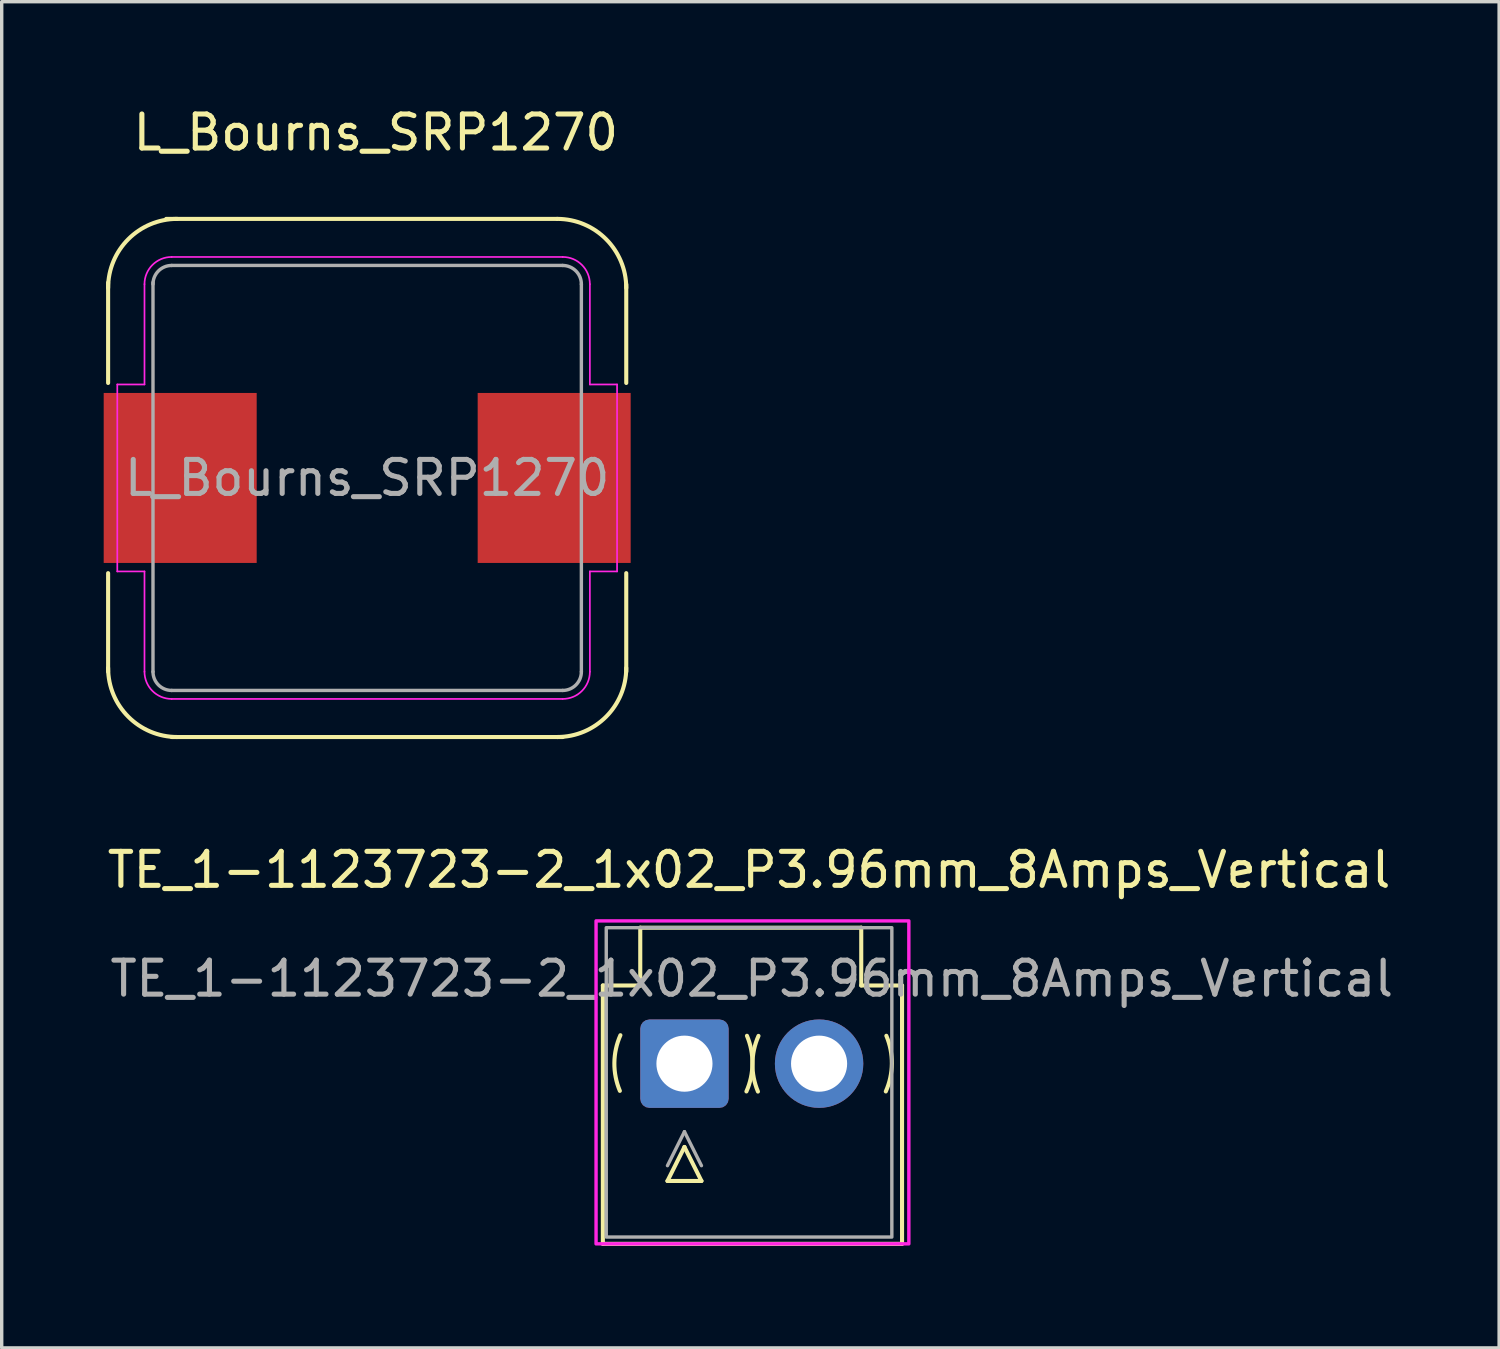
<source format=kicad_pcb>
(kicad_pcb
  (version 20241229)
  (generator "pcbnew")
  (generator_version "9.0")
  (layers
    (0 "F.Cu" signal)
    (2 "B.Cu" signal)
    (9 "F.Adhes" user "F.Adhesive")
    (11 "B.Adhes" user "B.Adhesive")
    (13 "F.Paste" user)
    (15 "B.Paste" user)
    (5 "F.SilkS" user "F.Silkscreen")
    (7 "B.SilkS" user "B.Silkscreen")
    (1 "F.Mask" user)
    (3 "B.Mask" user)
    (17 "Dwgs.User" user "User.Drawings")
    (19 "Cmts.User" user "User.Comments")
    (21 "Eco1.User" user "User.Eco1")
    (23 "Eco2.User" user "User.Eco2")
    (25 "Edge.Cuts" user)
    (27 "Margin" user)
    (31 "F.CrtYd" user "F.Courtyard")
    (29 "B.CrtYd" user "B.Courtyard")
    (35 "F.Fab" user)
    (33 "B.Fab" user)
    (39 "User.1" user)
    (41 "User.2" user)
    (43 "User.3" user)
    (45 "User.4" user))
  (footprint "TE_1-1123723-2_1x02_P3.96mm_8Amps_Vertical"
    (layer "F.Cu")
    (at 17.082 28.236)
    (property "Reference" "TE_1-1123723-2_1x02_P3.96mm_8Amps_Vertical" (at 1.9 -5.7 0) (layer "F.SilkS") (effects (font (size 1 1) (thickness 0.15))))
    (attr through_hole)
    (fp_line (start -2.4 -2.3) (end -2.4 5.3) (stroke (width 0.12) (type solid)) (layer "F.SilkS"))
    (fp_line (start -2.4 -2.3) (end -1.3 -2.3) (stroke (width 0.12) (type solid)) (layer "F.SilkS"))
    (fp_line (start -1.3 -4) (end 5.2 -4) (stroke (width 0.12) (type solid)) (layer "F.SilkS"))
    (fp_line (start -1.3 -2.3) (end -1.3 -4) (stroke (width 0.12) (type solid)) (layer "F.SilkS"))
    (fp_line (start -0.5 3.45) (end 0 2.45) (stroke (width 0.12) (type solid)) (layer "F.SilkS"))
    (fp_line (start 0 2.45) (end 0.5 3.45) (stroke (width 0.12) (type solid)) (layer "F.SilkS"))
    (fp_line (start 0.5 3.45) (end -0.5 3.45) (stroke (width 0.12) (type solid)) (layer "F.SilkS"))
    (fp_line (start 5.2 -4) (end 5.2 -2.3) (stroke (width 0.12) (type solid)) (layer "F.SilkS"))
    (fp_line (start 5.2 -2.3) (end 6.4 -2.3) (stroke (width 0.12) (type solid)) (layer "F.SilkS"))
    (fp_line (start 6.4 -2.3) (end 6.4 5.3) (stroke (width 0.12) (type solid)) (layer "F.SilkS"))
    (fp_line (start 6.4 5.3) (end -2.4 5.3) (stroke (width 0.12) (type solid)) (layer "F.SilkS"))
    (fp_arc (start -1.899999 0.8) (mid -2.061452 -0.020308) (end -1.88387 -0.837276) (stroke (width 0.12) (type solid)) (layer "F.SilkS"))
    (fp_arc (start 1.838547 -0.820308) (mid 2 0) (end 1.822418 0.816968) (stroke (width 0.12) (type solid)) (layer "F.SilkS"))
    (fp_arc (start 2.161453 0.820308) (mid 2 0) (end 2.177582 -0.816968) (stroke (width 0.12) (type solid)) (layer "F.SilkS"))
    (fp_arc (start 5.938547 -0.820308) (mid 6.1 0) (end 5.922418 0.816968) (stroke (width 0.12) (type solid)) (layer "F.SilkS"))
    (fp_rect (start -2.6 -4.2) (end 6.6 5.3) (stroke (width 0.1) (type solid)) (fill no) (layer "F.CrtYd"))
    (fp_line (start -0.5 3) (end 0 2) (stroke (width 0.1) (type solid)) (layer "F.Fab"))
    (fp_line (start 0 2) (end 0.5 3) (stroke (width 0.1) (type solid)) (layer "F.Fab"))
    (fp_rect (start -2.3 -4) (end 6.1 5.1) (stroke (width 0.1) (type solid)) (fill no) (layer "F.Fab"))
    (fp_text user "${REFERENCE}" (at 1.98 -2.5 0) (layer "F.Fab") (effects (font (size 1 1) (thickness 0.15))))
    (pad "1" thru_hole roundrect (at 0 0) (size 2.6 2.6) (drill 1.65) (layers "*.Cu" "*.Mask") (roundrect_rratio 0.104))
    (pad "2" thru_hole circle (at 3.96 0) (size 2.6 2.6) (drill 1.65) (layers "*.Cu" "*.Mask")))
  (footprint "L_Bourns_SRP1270"
    (layer "F.Cu")
    (at 7.75 11.008)
    (property "Reference" "L_Bourns_SRP1270" (at 0.254 -10.16 180) (layer "F.SilkS") (effects (font (size 1 1) (thickness 0.15))))
    (attr smd)
    (fp_line (start -7.62 -5.744) (end -7.62 -2.794) (stroke (width 0.12) (type solid)) (layer "F.SilkS"))
    (fp_line (start -7.62 2.8) (end -7.62 5.7) (stroke (width 0.12) (type solid)) (layer "F.SilkS"))
    (fp_line (start 5.588 -7.62) (end -5.912 -7.62) (stroke (width 0.12) (type solid)) (layer "F.SilkS"))
    (fp_line (start 5.75 7.62) (end -5.75 7.62) (stroke (width 0.12) (type solid)) (layer "F.SilkS"))
    (fp_line (start 7.62 -5.694) (end 7.62 -2.794) (stroke (width 0.12) (type solid)) (layer "F.SilkS"))
    (fp_line (start 7.62 2.8) (end 7.62 5.7) (stroke (width 0.12) (type solid)) (layer "F.SilkS"))
    (fp_arc (start -7.62 -5.588) (mid -7.024841 -7.024841) (end -5.588 -7.62) (stroke (width 0.12) (type solid)) (layer "F.SilkS"))
    (fp_arc (start -5.588 7.62) (mid -7.024841 7.024841) (end -7.62 5.588) (stroke (width 0.12) (type solid)) (layer "F.SilkS"))
    (fp_arc (start 5.588 -7.62) (mid 7.024841 -7.024841) (end 7.62 -5.588) (stroke (width 0.12) (type solid)) (layer "F.SilkS"))
    (fp_arc (start 7.62 5.588) (mid 7.024841 7.024841) (end 5.588 7.62) (stroke (width 0.12) (type solid)) (layer "F.SilkS"))
    (fp_line (start -7.35 -2.75) (end -6.55 -2.75) (stroke (width 0.05) (type solid)) (layer "F.CrtYd"))
    (fp_line (start -7.35 2.75) (end -7.35 -2.75) (stroke (width 0.05) (type solid)) (layer "F.CrtYd"))
    (fp_line (start -7.35 2.75) (end -6.55 2.75) (stroke (width 0.05) (type solid)) (layer "F.CrtYd"))
    (fp_line (start -6.55 -2.75) (end -6.55 -5.7) (stroke (width 0.05) (type solid)) (layer "F.CrtYd"))
    (fp_line (start -6.55 5.7) (end -6.55 2.75) (stroke (width 0.05) (type solid)) (layer "F.CrtYd"))
    (fp_line (start -5.75 -6.5) (end 5.75 -6.5) (stroke (width 0.05) (type solid)) (layer "F.CrtYd"))
    (fp_line (start 5.75 6.5) (end -5.75 6.5) (stroke (width 0.05) (type solid)) (layer "F.CrtYd"))
    (fp_line (start 6.55 -5.7) (end 6.55 -2.75) (stroke (width 0.05) (type solid)) (layer "F.CrtYd"))
    (fp_line (start 6.55 2.75) (end 6.55 5.7) (stroke (width 0.05) (type solid)) (layer "F.CrtYd"))
    (fp_line (start 7.35 -2.75) (end 6.55 -2.75) (stroke (width 0.05) (type solid)) (layer "F.CrtYd"))
    (fp_line (start 7.35 -2.75) (end 7.35 2.75) (stroke (width 0.05) (type solid)) (layer "F.CrtYd"))
    (fp_line (start 7.35 2.75) (end 6.55 2.75) (stroke (width 0.05) (type solid)) (layer "F.CrtYd"))
    (fp_arc (start -6.55 -5.7) (mid -6.315685 -6.265685) (end -5.75 -6.5) (stroke (width 0.05) (type solid)) (layer "F.CrtYd"))
    (fp_arc (start -5.75 6.5) (mid -6.315685 6.265685) (end -6.55 5.7) (stroke (width 0.05) (type solid)) (layer "F.CrtYd"))
    (fp_arc (start 5.75 -6.5) (mid 6.315685 -6.265685) (end 6.55 -5.7) (stroke (width 0.05) (type solid)) (layer "F.CrtYd"))
    (fp_arc (start 6.55 5.7) (mid 6.315685 6.265685) (end 5.75 6.5) (stroke (width 0.05) (type solid)) (layer "F.CrtYd"))
    (fp_line (start -6.3 -5.75) (end -6.3 5.7) (stroke (width 0.1) (type solid)) (layer "F.Fab"))
    (fp_line (start -5.75 -6.25) (end 5.75 -6.25) (stroke (width 0.1) (type solid)) (layer "F.Fab"))
    (fp_line (start 5.75 6.25) (end -5.75 6.25) (stroke (width 0.1) (type solid)) (layer "F.Fab"))
    (fp_line (start 6.3 -5.7) (end 6.3 5.7) (stroke (width 0.1) (type solid)) (layer "F.Fab"))
    (fp_arc (start -6.3 -5.7) (mid -6.138909 -6.088909) (end -5.75 -6.25) (stroke (width 0.1) (type solid)) (layer "F.Fab"))
    (fp_arc (start -5.75 6.25) (mid -6.138909 6.088909) (end -6.3 5.7) (stroke (width 0.1) (type solid)) (layer "F.Fab"))
    (fp_arc (start 5.75 -6.25) (mid 6.138909 -6.088909) (end 6.3 -5.7) (stroke (width 0.1) (type solid)) (layer "F.Fab"))
    (fp_arc (start 6.3 5.7) (mid 6.138909 6.088909) (end 5.75 6.25) (stroke (width 0.1) (type solid)) (layer "F.Fab"))
    (fp_text user "${REFERENCE}" (at 0 0 180) (layer "F.Fab") (effects (font (size 1 1) (thickness 0.15))))
    (pad "1" smd rect (at -5.5 0) (size 4.5 5) (layers "F.Cu" "F.Mask" "F.Paste"))
    (pad "2" smd rect (at 5.5 0) (size 4.5 5) (layers "F.Cu" "F.Mask" "F.Paste")))
  (gr_rect
    (start -3 -3)
    (end 41.044 36.596)
    (stroke (width 0.1) (type default))
    (fill no)
    (layer "Edge.Cuts")))
</source>
